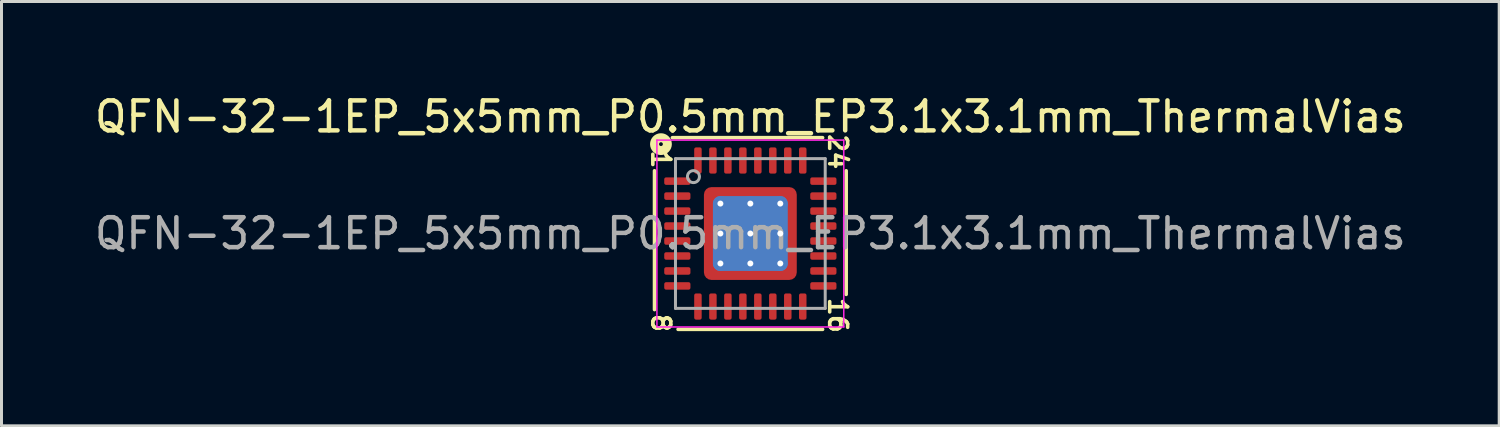
<source format=kicad_pcb>
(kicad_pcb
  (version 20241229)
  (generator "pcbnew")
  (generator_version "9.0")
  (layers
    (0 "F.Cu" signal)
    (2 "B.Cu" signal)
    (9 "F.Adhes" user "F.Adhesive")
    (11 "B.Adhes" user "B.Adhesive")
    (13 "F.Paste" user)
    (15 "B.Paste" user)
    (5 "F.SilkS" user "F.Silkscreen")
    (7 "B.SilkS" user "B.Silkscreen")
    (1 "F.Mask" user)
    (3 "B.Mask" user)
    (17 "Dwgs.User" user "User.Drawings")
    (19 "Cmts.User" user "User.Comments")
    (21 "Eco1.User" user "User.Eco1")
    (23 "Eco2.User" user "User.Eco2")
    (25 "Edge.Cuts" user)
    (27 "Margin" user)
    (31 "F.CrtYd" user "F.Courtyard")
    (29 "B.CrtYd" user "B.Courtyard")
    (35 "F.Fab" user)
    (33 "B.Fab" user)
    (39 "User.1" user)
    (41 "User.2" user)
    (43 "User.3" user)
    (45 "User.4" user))
  (footprint "QFN-32-1EP_5x5mm_P0.5mm_EP3.1x3.1mm_ThermalVias"
    (layer "F.Cu")
    (at 22.006 4.748)
    (property "Reference" "QFN-32-1EP_5x5mm_P0.5mm_EP3.1x3.1mm_ThermalVias" (at 0 -3.9 0) (layer "F.SilkS") (effects (font (size 1 1) (thickness 0.15))))
    (attr smd)
    (fp_line (start -3.2 -2.095) (end -3.2 2.54) (stroke (width 0.12) (type solid)) (layer "F.SilkS"))
    (fp_line (start -2.413 3.2) (end 2.413 3.2) (stroke (width 0.12) (type solid)) (layer "F.SilkS"))
    (fp_line (start 2.413 -3.2) (end -2.603 -3.2) (stroke (width 0.12) (type solid)) (layer "F.SilkS"))
    (fp_line (start 3.2 2.032) (end 3.2 -2.095) (stroke (width 0.12) (type solid)) (layer "F.SilkS"))
    (fp_circle (center -2.985 -2.985) (end -2.921 -2.985) (stroke (width 0.3) (type solid)) (fill no) (layer "F.SilkS"))
    (fp_line (start -3.12 -3.12) (end -3.12 3.12) (stroke (width 0.05) (type solid)) (layer "F.CrtYd"))
    (fp_line (start -3.12 3.12) (end 3.12 3.12) (stroke (width 0.05) (type solid)) (layer "F.CrtYd"))
    (fp_line (start 3.12 -3.12) (end -3.12 -3.12) (stroke (width 0.05) (type solid)) (layer "F.CrtYd"))
    (fp_line (start 3.12 3.12) (end 3.12 -3.12) (stroke (width 0.05) (type solid)) (layer "F.CrtYd"))
    (fp_line (start -2.5 -2.5) (end 2.5 -2.5) (stroke (width 0.1) (type solid)) (layer "F.Fab"))
    (fp_line (start -2.5 2.5) (end -2.5 -2.5) (stroke (width 0.1) (type solid)) (layer "F.Fab"))
    (fp_line (start 2.5 -2.5) (end 2.5 2.5) (stroke (width 0.1) (type solid)) (layer "F.Fab"))
    (fp_line (start 2.5 2.5) (end -2.5 2.5) (stroke (width 0.1) (type solid)) (layer "F.Fab"))
    (fp_circle (center -1.9 -1.9) (end -1.7 -1.9) (stroke (width 0.1) (type solid)) (fill no) (layer "F.Fab"))
    (fp_text user "1" (at -2.985 -2.477 270) (unlocked yes) (layer "F.SilkS") (effects (font (size 0.6 0.6) (thickness 0.12))))
    (fp_text user "16" (at 2.921 2.731 270) (unlocked yes) (layer "F.SilkS") (effects (font (size 0.6 0.6) (thickness 0.12))))
    (fp_text user "8" (at -2.985 2.985 270) (unlocked yes) (layer "F.SilkS") (effects (font (size 0.6 0.6) (thickness 0.12))))
    (fp_text user "24" (at 2.921 -2.731 270) (unlocked yes) (layer "F.SilkS") (effects (font (size 0.6 0.6) (thickness 0.12))))
    (fp_text user "${REFERENCE}" (at 0 0 0) (layer "F.Fab") (effects (font (size 1 1) (thickness 0.15))))
    (pad "" smd custom (at -1.275 -1.275) (size 0.319 0.319) (layers "F.Paste") (options (anchor circle)) (primitives (gr_poly (pts (xy 0.111 -0.000473) (xy -0.000473 0.111) (xy -0.111 0.111) (xy -0.111 -0.111) (xy 0.111 -0.111)) (width 0.222) (fill yes))))
    (pad "" smd custom (at -1.275 -0.5) (size 0.35 0.35) (layers "F.Paste") (options (anchor circle)) (primitives (gr_poly (pts (xy 0.128 -0.232) (xy 0.128 0.232) (xy 0.05 0.309) (xy -0.128 0.309) (xy -0.128 -0.309) (xy 0.05 -0.309)) (width 0.188) (fill yes))))
    (pad "" smd custom (at -1.275 0.5) (size 0.35 0.35) (layers "F.Paste") (options (anchor circle)) (primitives (gr_poly (pts (xy 0.128 -0.232) (xy 0.128 0.232) (xy 0.05 0.309) (xy -0.128 0.309) (xy -0.128 -0.309) (xy 0.05 -0.309)) (width 0.188) (fill yes))))
    (pad "" smd custom (at -1.275 1.275) (size 0.319 0.319) (layers "F.Paste") (options (anchor circle)) (primitives (gr_poly (pts (xy 0.111 0.000473) (xy 0.111 0.111) (xy -0.111 0.111) (xy -0.111 -0.111) (xy -0.000473 -0.111)) (width 0.222) (fill yes))))
    (pad "" smd custom (at -0.5 -1.275) (size 0.35 0.35) (layers "F.Paste") (options (anchor circle)) (primitives (gr_poly (pts (xy 0.309 0.05) (xy 0.232 0.128) (xy -0.232 0.128) (xy -0.309 0.05) (xy -0.309 -0.128) (xy 0.309 -0.128)) (width 0.188) (fill yes))))
    (pad "" smd roundrect (at -0.5 -0.5) (size 0.806 0.806) (layers "F.Paste") (roundrect_rratio 0.25))
    (pad "" smd roundrect (at -0.5 0.5) (size 0.806 0.806) (layers "F.Paste") (roundrect_rratio 0.25))
    (pad "" smd custom (at -0.5 1.275) (size 0.35 0.35) (layers "F.Paste") (options (anchor circle)) (primitives (gr_poly (pts (xy 0.309 -0.05) (xy 0.309 0.128) (xy -0.309 0.128) (xy -0.309 -0.05) (xy -0.232 -0.128) (xy 0.232 -0.128)) (width 0.188) (fill yes))))
    (pad "" smd custom (at 0.5 -1.275) (size 0.35 0.35) (layers "F.Paste") (options (anchor circle)) (primitives (gr_poly (pts (xy 0.309 0.05) (xy 0.232 0.128) (xy -0.232 0.128) (xy -0.309 0.05) (xy -0.309 -0.128) (xy 0.309 -0.128)) (width 0.188) (fill yes))))
    (pad "" smd roundrect (at 0.5 -0.5) (size 0.806 0.806) (layers "F.Paste") (roundrect_rratio 0.25))
    (pad "" smd roundrect (at 0.5 0.5) (size 0.806 0.806) (layers "F.Paste") (roundrect_rratio 0.25))
    (pad "" smd custom (at 0.5 1.275) (size 0.35 0.35) (layers "F.Paste") (options (anchor circle)) (primitives (gr_poly (pts (xy 0.309 -0.05) (xy 0.309 0.128) (xy -0.309 0.128) (xy -0.309 -0.05) (xy -0.232 -0.128) (xy 0.232 -0.128)) (width 0.188) (fill yes))))
    (pad "" smd custom (at 1.275 -1.275) (size 0.319 0.319) (layers "F.Paste") (options (anchor circle)) (primitives (gr_poly (pts (xy 0.111 0.111) (xy 0.000473 0.111) (xy -0.111 -0.000473) (xy -0.111 -0.111) (xy 0.111 -0.111)) (width 0.222) (fill yes))))
    (pad "" smd custom (at 1.275 -0.5) (size 0.35 0.35) (layers "F.Paste") (options (anchor circle)) (primitives (gr_poly (pts (xy 0.128 0.309) (xy -0.05 0.309) (xy -0.128 0.232) (xy -0.128 -0.232) (xy -0.05 -0.309) (xy 0.128 -0.309)) (width 0.188) (fill yes))))
    (pad "" smd custom (at 1.275 0.5) (size 0.35 0.35) (layers "F.Paste") (options (anchor circle)) (primitives (gr_poly (pts (xy 0.128 0.309) (xy -0.05 0.309) (xy -0.128 0.232) (xy -0.128 -0.232) (xy -0.05 -0.309) (xy 0.128 -0.309)) (width 0.188) (fill yes))))
    (pad "" smd custom (at 1.275 1.275) (size 0.319 0.319) (layers "F.Paste") (options (anchor circle)) (primitives (gr_poly (pts (xy 0.111 0.111) (xy -0.111 0.111) (xy -0.111 0.000473) (xy 0.000473 -0.111) (xy 0.111 -0.111)) (width 0.222) (fill yes))))
    (pad "1" smd roundrect (at -2.438 -1.75) (size 0.875 0.25) (layers "F.Cu" "F.Mask" "F.Paste") (roundrect_rratio 0.25))
    (pad "2" smd roundrect (at -2.438 -1.25) (size 0.875 0.25) (layers "F.Cu" "F.Mask" "F.Paste") (roundrect_rratio 0.25))
    (pad "3" smd roundrect (at -2.438 -0.75) (size 0.875 0.25) (layers "F.Cu" "F.Mask" "F.Paste") (roundrect_rratio 0.25))
    (pad "4" smd roundrect (at -2.438 -0.25) (size 0.875 0.25) (layers "F.Cu" "F.Mask" "F.Paste") (roundrect_rratio 0.25))
    (pad "5" smd roundrect (at -2.438 0.25) (size 0.875 0.25) (layers "F.Cu" "F.Mask" "F.Paste") (roundrect_rratio 0.25))
    (pad "6" smd roundrect (at -2.438 0.75) (size 0.875 0.25) (layers "F.Cu" "F.Mask" "F.Paste") (roundrect_rratio 0.25))
    (pad "7" smd roundrect (at -2.438 1.25) (size 0.875 0.25) (layers "F.Cu" "F.Mask" "F.Paste") (roundrect_rratio 0.25))
    (pad "8" smd roundrect (at -2.438 1.75) (size 0.875 0.25) (layers "F.Cu" "F.Mask" "F.Paste") (roundrect_rratio 0.25))
    (pad "9" smd roundrect (at -1.75 2.438) (size 0.25 0.875) (layers "F.Cu" "F.Mask" "F.Paste") (roundrect_rratio 0.25))
    (pad "10" smd roundrect (at -1.25 2.438) (size 0.25 0.875) (layers "F.Cu" "F.Mask" "F.Paste") (roundrect_rratio 0.25))
    (pad "11" smd roundrect (at -0.75 2.438) (size 0.25 0.875) (layers "F.Cu" "F.Mask" "F.Paste") (roundrect_rratio 0.25))
    (pad "12" smd roundrect (at -0.25 2.438) (size 0.25 0.875) (layers "F.Cu" "F.Mask" "F.Paste") (roundrect_rratio 0.25))
    (pad "13" smd roundrect (at 0.25 2.438) (size 0.25 0.875) (layers "F.Cu" "F.Mask" "F.Paste") (roundrect_rratio 0.25))
    (pad "14" smd roundrect (at 0.75 2.438) (size 0.25 0.875) (layers "F.Cu" "F.Mask" "F.Paste") (roundrect_rratio 0.25))
    (pad "15" smd roundrect (at 1.25 2.438) (size 0.25 0.875) (layers "F.Cu" "F.Mask" "F.Paste") (roundrect_rratio 0.25))
    (pad "16" smd roundrect (at 1.75 2.438) (size 0.25 0.875) (layers "F.Cu" "F.Mask" "F.Paste") (roundrect_rratio 0.25))
    (pad "17" smd roundrect (at 2.438 1.75) (size 0.875 0.25) (layers "F.Cu" "F.Mask" "F.Paste") (roundrect_rratio 0.25))
    (pad "18" smd roundrect (at 2.438 1.25) (size 0.875 0.25) (layers "F.Cu" "F.Mask" "F.Paste") (roundrect_rratio 0.25))
    (pad "19" smd roundrect (at 2.438 0.75) (size 0.875 0.25) (layers "F.Cu" "F.Mask" "F.Paste") (roundrect_rratio 0.25))
    (pad "20" smd roundrect (at 2.438 0.25) (size 0.875 0.25) (layers "F.Cu" "F.Mask" "F.Paste") (roundrect_rratio 0.25))
    (pad "21" smd roundrect (at 2.438 -0.25) (size 0.875 0.25) (layers "F.Cu" "F.Mask" "F.Paste") (roundrect_rratio 0.25))
    (pad "22" smd roundrect (at 2.438 -0.75) (size 0.875 0.25) (layers "F.Cu" "F.Mask" "F.Paste") (roundrect_rratio 0.25))
    (pad "23" smd roundrect (at 2.438 -1.25) (size 0.875 0.25) (layers "F.Cu" "F.Mask" "F.Paste") (roundrect_rratio 0.25))
    (pad "24" smd roundrect (at 2.438 -1.75) (size 0.875 0.25) (layers "F.Cu" "F.Mask" "F.Paste") (roundrect_rratio 0.25))
    (pad "25" smd roundrect (at 1.75 -2.438) (size 0.25 0.875) (layers "F.Cu" "F.Mask" "F.Paste") (roundrect_rratio 0.25))
    (pad "26" smd roundrect (at 1.25 -2.438) (size 0.25 0.875) (layers "F.Cu" "F.Mask" "F.Paste") (roundrect_rratio 0.25))
    (pad "27" smd roundrect (at 0.75 -2.438) (size 0.25 0.875) (layers "F.Cu" "F.Mask" "F.Paste") (roundrect_rratio 0.25))
    (pad "28" smd roundrect (at 0.25 -2.438) (size 0.25 0.875) (layers "F.Cu" "F.Mask" "F.Paste") (roundrect_rratio 0.25))
    (pad "29" smd roundrect (at -0.25 -2.438) (size 0.25 0.875) (layers "F.Cu" "F.Mask" "F.Paste") (roundrect_rratio 0.25))
    (pad "30" smd roundrect (at -0.75 -2.438) (size 0.25 0.875) (layers "F.Cu" "F.Mask" "F.Paste") (roundrect_rratio 0.25))
    (pad "31" smd roundrect (at -1.25 -2.438) (size 0.25 0.875) (layers "F.Cu" "F.Mask" "F.Paste") (roundrect_rratio 0.25))
    (pad "32" smd roundrect (at -1.75 -2.438) (size 0.25 0.875) (layers "F.Cu" "F.Mask" "F.Paste") (roundrect_rratio 0.25))
    (pad "33" thru_hole circle (at -1 -1) (size 0.5 0.5) (drill 0.2) (property pad_prop_heatsink) (layers "*.Cu"))
    (pad "33" thru_hole circle (at -1 0) (size 0.5 0.5) (drill 0.2) (property pad_prop_heatsink) (layers "*.Cu"))
    (pad "33" thru_hole circle (at -1 1) (size 0.5 0.5) (drill 0.2) (property pad_prop_heatsink) (layers "*.Cu"))
    (pad "33" thru_hole circle (at 0 -1) (size 0.5 0.5) (drill 0.2) (property pad_prop_heatsink) (layers "*.Cu"))
    (pad "33" thru_hole circle (at 0 0) (size 0.5 0.5) (drill 0.2) (property pad_prop_heatsink) (layers "*.Cu"))
    (pad "33" smd roundrect (at 0 0) (size 2.5 2.5) (layers "B.Cu" "B.Mask") (roundrect_rratio 0.1))
    (pad "33" smd roundrect (at 0 0) (size 3.1 3.1) (layers "F.Cu" "F.Mask") (roundrect_rratio 0.081))
    (pad "33" thru_hole circle (at 0 1) (size 0.5 0.5) (drill 0.2) (property pad_prop_heatsink) (layers "*.Cu"))
    (pad "33" thru_hole circle (at 1 -1) (size 0.5 0.5) (drill 0.2) (property pad_prop_heatsink) (layers "*.Cu"))
    (pad "33" thru_hole circle (at 1 0) (size 0.5 0.5) (drill 0.2) (property pad_prop_heatsink) (layers "*.Cu"))
    (pad "33" thru_hole circle (at 1 1) (size 0.5 0.5) (drill 0.2) (property pad_prop_heatsink) (layers "*.Cu")))
  (gr_rect
    (start -3 -3)
    (end 47.012 11.17)
    (stroke (width 0.1) (type default))
    (fill no)
    (layer "Edge.Cuts")))
</source>
